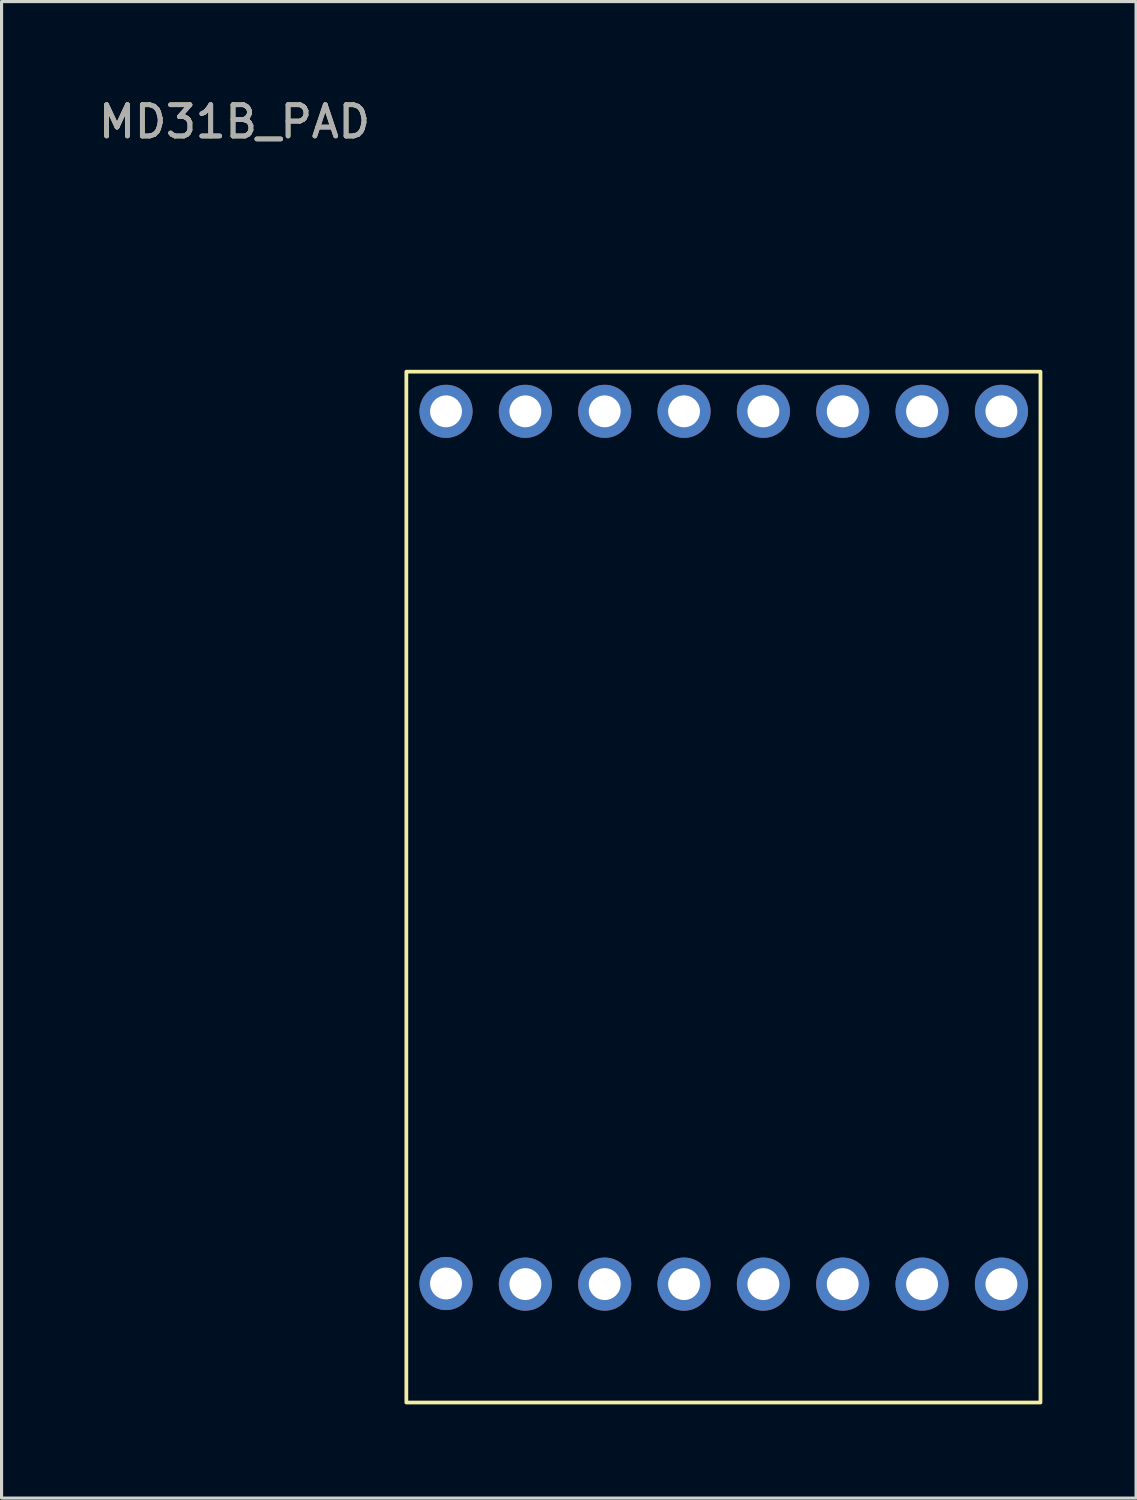
<source format=kicad_pcb>
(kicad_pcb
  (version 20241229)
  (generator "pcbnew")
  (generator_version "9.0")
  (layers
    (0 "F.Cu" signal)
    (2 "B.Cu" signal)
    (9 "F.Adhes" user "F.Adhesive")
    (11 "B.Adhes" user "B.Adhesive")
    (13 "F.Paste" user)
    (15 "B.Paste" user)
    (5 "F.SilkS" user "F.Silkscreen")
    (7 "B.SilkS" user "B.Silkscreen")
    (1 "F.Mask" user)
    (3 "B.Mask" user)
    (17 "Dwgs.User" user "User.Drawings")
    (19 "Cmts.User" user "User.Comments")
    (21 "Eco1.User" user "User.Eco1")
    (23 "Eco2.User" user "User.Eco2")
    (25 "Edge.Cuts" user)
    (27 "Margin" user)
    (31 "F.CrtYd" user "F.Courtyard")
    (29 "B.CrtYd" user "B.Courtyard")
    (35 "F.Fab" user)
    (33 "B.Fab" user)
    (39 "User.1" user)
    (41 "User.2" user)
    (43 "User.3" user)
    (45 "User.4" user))
  (footprint "MD31B_PAD"
    (layer "F.Cu")
    (at 9.958 8.848)
    (property "Reference" "MD31B_PAD" (at -5.5 -8 0) (unlocked yes) (layer "F.SilkS") (effects (font (size 1 1) (thickness 0.15))))
    (attr through_hole)
    (fp_rect (start 0 0) (end 20.3 33) (stroke (width 0.12) (type solid)) (fill no) (layer "F.SilkS"))
    (fp_text user "${REFERENCE}" (at -5.5 -8 0) (unlocked yes) (layer "F.Fab") (effects (font (size 1 1) (thickness 0.15))))
    (pad "1" thru_hole circle (at 1.27 1.27) (size 1.7 1.7) (drill 1.02) (layers "*.Cu" "*.Mask"))
    (pad "2" thru_hole circle (at 3.81 1.27) (size 1.7 1.7) (drill 1.02) (layers "*.Cu" "*.Mask"))
    (pad "3" thru_hole circle (at 6.35 1.27) (size 1.7 1.7) (drill 1.02) (layers "*.Cu" "*.Mask"))
    (pad "4" thru_hole circle (at 8.89 1.27) (size 1.7 1.7) (drill 1.02) (layers "*.Cu" "*.Mask"))
    (pad "5" thru_hole circle (at 11.43 1.27) (size 1.7 1.7) (drill 1.02) (layers "*.Cu" "*.Mask"))
    (pad "6" thru_hole circle (at 13.97 1.27) (size 1.7 1.7) (drill 1.02) (layers "*.Cu" "*.Mask"))
    (pad "7" thru_hole circle (at 16.51 1.27) (size 1.7 1.7) (drill 1.02) (layers "*.Cu" "*.Mask"))
    (pad "8" thru_hole circle (at 19.05 1.27) (size 1.7 1.7) (drill 1.02) (layers "*.Cu" "*.Mask"))
    (pad "11" thru_hole circle (at 16.51 29.21) (size 1.7 1.7) (drill 1.02) (layers "*.Cu" "*.Mask"))
    (pad "11" thru_hole circle (at 19.05 29.21) (size 1.7 1.7) (drill 1.02) (layers "*.Cu" "*.Mask"))
    (pad "12" thru_hole circle (at 11.43 29.21) (size 1.7 1.7) (drill 1.02) (layers "*.Cu" "*.Mask"))
    (pad "12" thru_hole circle (at 13.97 29.21) (size 1.7 1.7) (drill 1.02) (layers "*.Cu" "*.Mask"))
    (pad "13" thru_hole circle (at 6.35 29.21) (size 1.7 1.7) (drill 1.02) (layers "*.Cu" "*.Mask"))
    (pad "13" thru_hole circle (at 8.89 29.21) (size 1.7 1.7) (drill 1.02) (layers "*.Cu" "*.Mask"))
    (pad "14" thru_hole circle (at 1.27 29.19) (size 1.7 1.7) (drill 1.02) (layers "*.Cu" "*.Mask"))
    (pad "14" thru_hole circle (at 3.81 29.21) (size 1.7 1.7) (drill 1.02) (layers "*.Cu" "*.Mask")))
  (gr_rect
    (start -3 -3)
    (end 33.318 44.908)
    (stroke (width 0.1) (type default))
    (fill no)
    (layer "Edge.Cuts")))
</source>
